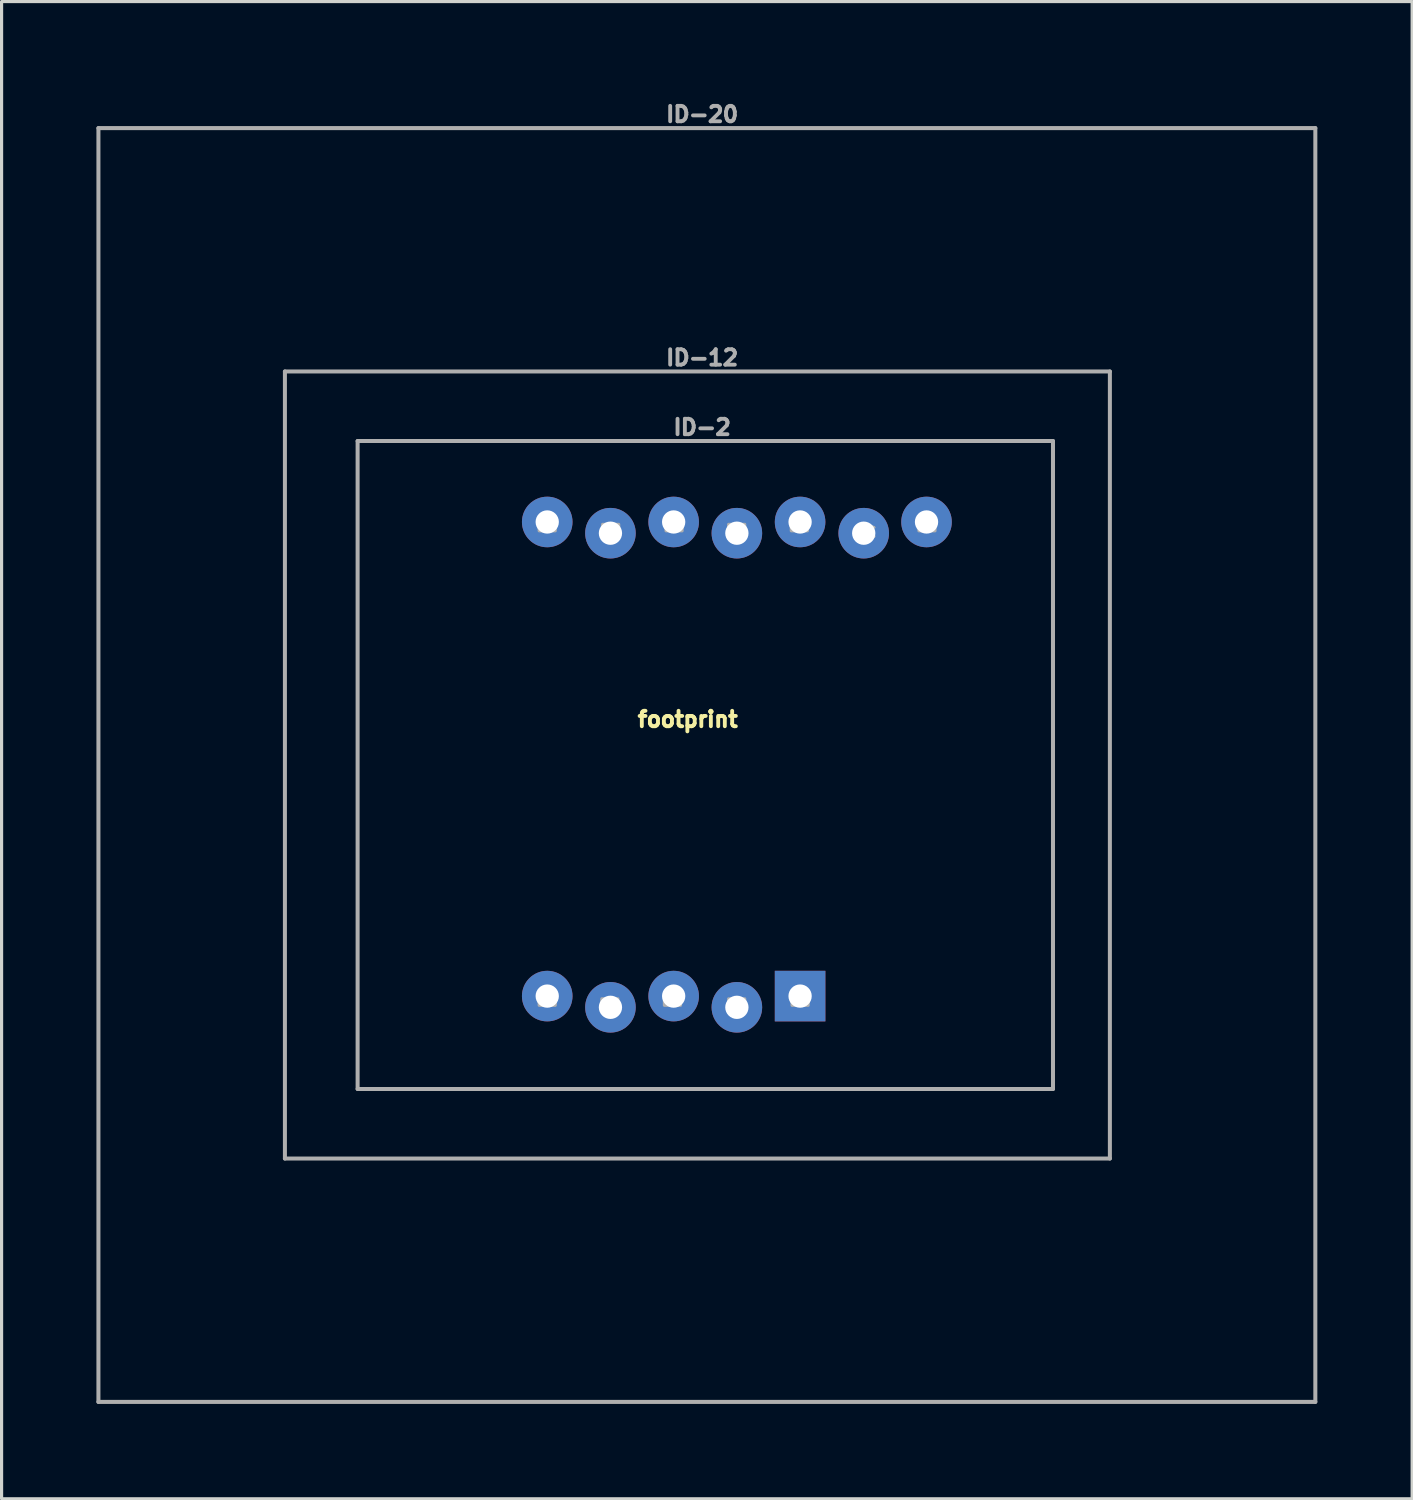
<source format=kicad_pcb>
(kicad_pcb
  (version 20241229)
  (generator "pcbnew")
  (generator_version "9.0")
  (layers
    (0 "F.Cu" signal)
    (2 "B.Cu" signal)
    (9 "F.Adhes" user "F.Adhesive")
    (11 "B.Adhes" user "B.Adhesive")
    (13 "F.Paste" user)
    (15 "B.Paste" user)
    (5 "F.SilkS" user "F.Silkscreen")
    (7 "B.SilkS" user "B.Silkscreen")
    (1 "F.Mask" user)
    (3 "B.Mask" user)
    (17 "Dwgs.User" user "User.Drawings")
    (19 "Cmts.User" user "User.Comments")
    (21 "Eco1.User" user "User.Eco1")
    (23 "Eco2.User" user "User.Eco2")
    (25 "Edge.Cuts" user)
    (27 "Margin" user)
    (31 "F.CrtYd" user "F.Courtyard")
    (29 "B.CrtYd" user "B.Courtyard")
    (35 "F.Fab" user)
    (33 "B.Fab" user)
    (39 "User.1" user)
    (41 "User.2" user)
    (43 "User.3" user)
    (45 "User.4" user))
  (footprint "footprint"
    (layer "F.Cu")
    (at 19.264 21.153)
    (property "Reference" "footprint" (at -0.556 -1.161 0) (layer "F.SilkS") (effects (font (size 0.488 0.488) (thickness 0.122)) (justify bottom)))
    (fp_line (start -19.2 -20.15) (end 19.3 -20.15) (stroke (width 0.127) (type solid)) (layer "F.Fab"))
    (fp_line (start -19.2 20.15) (end -19.2 -20.15) (stroke (width 0.127) (type solid)) (layer "F.Fab"))
    (fp_line (start -13.3 -12.45) (end -13.3 12.45) (stroke (width 0.127) (type solid)) (layer "F.Fab"))
    (fp_line (start -13.3 12.45) (end 12.8 12.45) (stroke (width 0.127) (type solid)) (layer "F.Fab"))
    (fp_line (start -11 -10.25) (end 11 -10.25) (stroke (width 0.127) (type solid)) (layer "F.Fab"))
    (fp_line (start -11 10.25) (end -11 -10.25) (stroke (width 0.127) (type solid)) (layer "F.Fab"))
    (fp_line (start 11 -10.25) (end 11 10.25) (stroke (width 0.127) (type solid)) (layer "F.Fab"))
    (fp_line (start 11 10.25) (end -11 10.25) (stroke (width 0.127) (type solid)) (layer "F.Fab"))
    (fp_line (start 12.8 -12.45) (end -13.3 -12.45) (stroke (width 0.127) (type solid)) (layer "F.Fab"))
    (fp_line (start 12.8 12.45) (end 12.8 -12.45) (stroke (width 0.127) (type solid)) (layer "F.Fab"))
    (fp_line (start 19.3 -20.15) (end 19.3 20.15) (stroke (width 0.127) (type solid)) (layer "F.Fab"))
    (fp_line (start 19.3 20.15) (end -19.2 20.15) (stroke (width 0.127) (type solid)) (layer "F.Fab"))
    (fp_poly (pts (xy -4.747 -7.41) (xy -4.747 -7.613) (xy -5.255 -7.613) (xy -5.255 -7.41)) (stroke (width 0.1) (type solid)) (fill no) (layer "F.Fab"))
    (fp_poly (pts (xy -4.747 7.602) (xy -4.747 7.398) (xy -5.255 7.398) (xy -5.255 7.602)) (stroke (width 0.1) (type solid)) (fill no) (layer "F.Fab"))
    (fp_poly (pts (xy -2.766 7.602) (xy -2.766 7.398) (xy -3.274 7.398) (xy -3.274 7.602)) (stroke (width 0.1) (type solid)) (fill no) (layer "F.Fab"))
    (fp_poly (pts (xy -2.74 -7.41) (xy -2.74 -7.613) (xy -3.248 -7.613) (xy -3.248 -7.41)) (stroke (width 0.1) (type solid)) (fill no) (layer "F.Fab"))
    (fp_poly (pts (xy -0.785 7.602) (xy -0.785 7.398) (xy -1.293 7.398) (xy -1.293 7.602)) (stroke (width 0.1) (type solid)) (fill no) (layer "F.Fab"))
    (fp_poly (pts (xy -0.734 -7.41) (xy -0.734 -7.613) (xy -1.242 -7.613) (xy -1.242 -7.41)) (stroke (width 0.1) (type solid)) (fill no) (layer "F.Fab"))
    (fp_poly (pts (xy 1.247 -7.41) (xy 1.247 -7.613) (xy 0.739 -7.613) (xy 0.739 -7.41)) (stroke (width 0.1) (type solid)) (fill no) (layer "F.Fab"))
    (fp_poly (pts (xy 1.247 7.602) (xy 1.247 7.398) (xy 0.739 7.398) (xy 0.739 7.602)) (stroke (width 0.1) (type solid)) (fill no) (layer "F.Fab"))
    (fp_poly (pts (xy 3.229 -7.41) (xy 3.229 -7.613) (xy 2.721 -7.613) (xy 2.721 -7.41)) (stroke (width 0.1) (type solid)) (fill no) (layer "F.Fab"))
    (fp_poly (pts (xy 3.254 7.602) (xy 3.254 7.398) (xy 2.746 7.398) (xy 2.746 7.602)) (stroke (width 0.1) (type solid)) (fill no) (layer "F.Fab"))
    (fp_poly (pts (xy 7.267 -7.41) (xy 7.267 -7.613) (xy 6.759 -7.613) (xy 6.759 -7.41)) (stroke (width 0.1) (type solid)) (fill no) (layer "F.Fab"))
    (fp_text user "ID-12" (at -0.1 -12.6 0) (layer "F.Fab") (effects (font (size 0.488 0.488) (thickness 0.122)) (justify bottom)))
    (fp_text user "ID-20" (at -0.1 -20.3 0) (layer "F.Fab") (effects (font (size 0.488 0.488) (thickness 0.122)) (justify bottom)))
    (fp_text user "ID-2" (at -0.1 -10.4 0) (layer "F.Fab") (effects (font (size 0.488 0.488) (thickness 0.122)) (justify bottom)))
    (fp_text user "NC" (at 4.676 -7.156 0) (layer "F.Fab") (effects (font (size 0.345 0.345) (thickness 0.061)) (justify left bottom)))
    (pad "1" thru_hole rect (at 2.999 7.311 180) (size 1.6 1.6) (drill 0.737) (layers "*.Cu" "*.Mask"))
    (pad "2" thru_hole circle (at 0.999 7.666 180) (size 1.6 1.6) (drill 0.737) (layers "*.Cu" "*.Mask"))
    (pad "3" thru_hole circle (at -1.001 7.311 180) (size 1.6 1.6) (drill 0.737) (layers "*.Cu" "*.Mask"))
    (pad "4" thru_hole circle (at -3.001 7.666 180) (size 1.6 1.6) (drill 0.737) (layers "*.Cu" "*.Mask"))
    (pad "5" thru_hole circle (at -5.001 7.311 180) (size 1.6 1.6) (drill 0.737) (layers "*.Cu" "*.Mask"))
    (pad "6" thru_hole circle (at -5.001 -7.689 180) (size 1.6 1.6) (drill 0.737) (layers "*.Cu" "*.Mask"))
    (pad "7" thru_hole circle (at -3.001 -7.334 180) (size 1.6 1.6) (drill 0.737) (layers "*.Cu" "*.Mask"))
    (pad "8" thru_hole circle (at -1.001 -7.689 180) (size 1.6 1.6) (drill 0.737) (layers "*.Cu" "*.Mask"))
    (pad "9" thru_hole circle (at 0.999 -7.334 180) (size 1.6 1.6) (drill 0.737) (layers "*.Cu" "*.Mask"))
    (pad "10" thru_hole circle (at 2.999 -7.689 180) (size 1.6 1.6) (drill 0.737) (layers "*.Cu" "*.Mask"))
    (pad "11" thru_hole circle (at 6.999 -7.689 180) (size 1.6 1.6) (drill 0.737) (layers "*.Cu" "*.Mask"))
    (pad "NC" thru_hole circle (at 5.012 -7.334 180) (size 1.6 1.6) (drill 0.737) (layers "*.Cu" "*.Mask")))
  (gr_rect
    (start -3 -3)
    (end 41.627 44.367)
    (stroke (width 0.1) (type default))
    (fill no)
    (layer "Edge.Cuts")))
</source>
